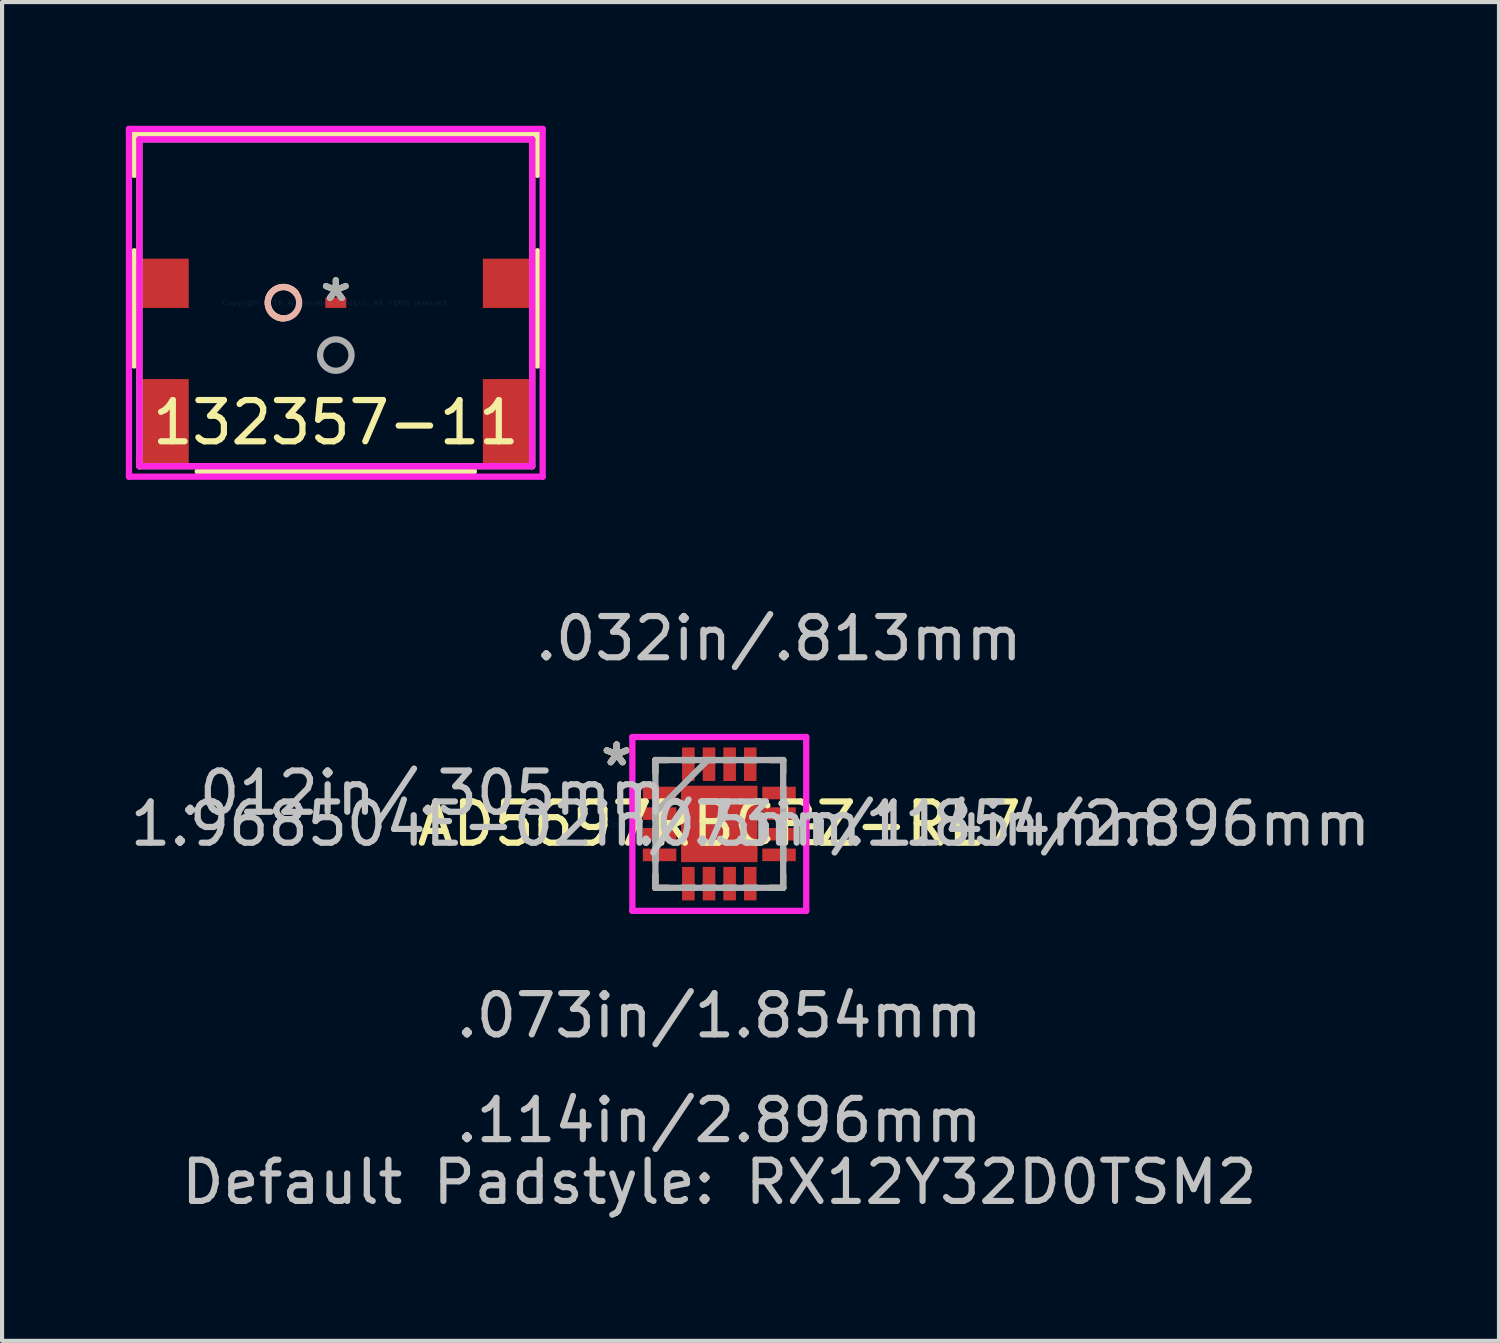
<source format=kicad_pcb>
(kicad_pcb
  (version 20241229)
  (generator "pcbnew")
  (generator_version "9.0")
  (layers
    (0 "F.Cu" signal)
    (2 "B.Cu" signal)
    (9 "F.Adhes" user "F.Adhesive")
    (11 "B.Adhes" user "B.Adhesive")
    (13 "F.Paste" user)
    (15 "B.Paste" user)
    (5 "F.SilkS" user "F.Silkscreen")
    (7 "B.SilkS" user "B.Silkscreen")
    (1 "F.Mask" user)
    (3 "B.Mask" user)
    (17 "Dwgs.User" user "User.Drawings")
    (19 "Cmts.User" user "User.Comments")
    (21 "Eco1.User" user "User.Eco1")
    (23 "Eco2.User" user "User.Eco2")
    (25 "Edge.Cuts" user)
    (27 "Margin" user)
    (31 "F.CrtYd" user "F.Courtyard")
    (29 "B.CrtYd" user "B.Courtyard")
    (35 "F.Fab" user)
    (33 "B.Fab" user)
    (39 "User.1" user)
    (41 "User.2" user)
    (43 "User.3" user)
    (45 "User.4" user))
  (footprint "132357-11"
    (layer "F.Cu")
    (at 5.093 4.29)
    (property "Reference" "132357-11" (at 0 2.906 0) (layer "F.SilkS") (effects (font (size 1 1) (thickness 0.15))))
    (attr through_hole)
    (fp_line (start -4.889 -4.087) (end -4.889 -3.101) (stroke (width 0.152) (type solid)) (layer "F.SilkS"))
    (fp_line (start -4.889 -1.247) (end -4.889 1.522) (stroke (width 0.152) (type solid)) (layer "F.SilkS"))
    (fp_line (start -3.348 4.092) (end 3.348 4.092) (stroke (width 0.152) (type solid)) (layer "F.SilkS"))
    (fp_line (start 4.889 -4.087) (end -4.889 -4.087) (stroke (width 0.152) (type solid)) (layer "F.SilkS"))
    (fp_line (start 4.889 -3.101) (end 4.889 -4.087) (stroke (width 0.152) (type solid)) (layer "F.SilkS"))
    (fp_line (start 4.889 1.522) (end 4.889 -1.247) (stroke (width 0.152) (type solid)) (layer "F.SilkS"))
    (fp_arc (start -1.27 0.381) (mid -1.612421 -0.16706) (end -0.969713 -0.234496) (stroke (width 0.1524) (type solid)) (layer "F.SilkS"))
    (fp_circle (center -1.27 0) (end -0.889 0) (stroke (width 0.152) (type solid)) (fill no) (layer "B.SilkS"))
    (fp_line (start -5.016 -4.214) (end -5.016 4.219) (stroke (width 0.152) (type solid)) (layer "F.CrtYd"))
    (fp_line (start -5.016 4.219) (end 5.016 4.219) (stroke (width 0.152) (type solid)) (layer "F.CrtYd"))
    (fp_line (start -4.763 -3.96) (end -4.763 3.965) (stroke (width 0.152) (type solid)) (layer "F.CrtYd"))
    (fp_line (start -4.763 3.965) (end 4.763 3.965) (stroke (width 0.152) (type solid)) (layer "F.CrtYd"))
    (fp_line (start 4.763 -3.96) (end -4.763 -3.96) (stroke (width 0.152) (type solid)) (layer "F.CrtYd"))
    (fp_line (start 4.763 3.965) (end 4.763 -3.96) (stroke (width 0.152) (type solid)) (layer "F.CrtYd"))
    (fp_line (start 5.016 -4.214) (end -5.016 -4.214) (stroke (width 0.152) (type solid)) (layer "F.CrtYd"))
    (fp_line (start 5.016 4.219) (end 5.016 -4.214) (stroke (width 0.152) (type solid)) (layer "F.CrtYd"))
    (fp_line (start -4.763 -3.96) (end -4.763 3.965) (stroke (width 0.152) (type solid)) (layer "F.Fab"))
    (fp_line (start -4.763 3.965) (end 4.763 3.965) (stroke (width 0.152) (type solid)) (layer "F.Fab"))
    (fp_line (start 4.763 -3.96) (end -4.763 -3.96) (stroke (width 0.152) (type solid)) (layer "F.Fab"))
    (fp_line (start 4.763 3.965) (end 4.763 -3.96) (stroke (width 0.152) (type solid)) (layer "F.Fab"))
    (fp_circle (center 0 1.27) (end 0.381 1.27) (stroke (width 0.152) (type solid)) (fill no) (layer "F.Fab"))
    (fp_text user "*" (at 0 0 0) (layer "F.SilkS") (effects (font (size 1 1) (thickness 0.15))))
    (fp_text user "Copyright 2016 Accelerated Designs. All rights reserved." (at 0 0 0) (layer "Cmts.User") (effects (font (size 0.127 0.127) (thickness 0.002))))
    (fp_text user "*" (at 0 0 0) (layer "F.Fab") (effects (font (size 1 1) (thickness 0.15))))
    (pad "1" smd rect (at 0 0) (size 0.508 0.254) (layers "F.Cu" "F.Mask" "F.Paste"))
    (pad "2" smd rect (at -4.163 2.906) (size 1.194 2.108) (layers "F.Cu" "F.Mask" "F.Paste"))
    (pad "3" smd rect (at 4.163 2.906) (size 1.194 2.108) (layers "F.Cu" "F.Mask" "F.Paste"))
    (pad "4" smd rect (at -4.163 -0.47) (size 1.194 1.194) (layers "F.Cu" "F.Mask" "F.Paste"))
    (pad "5" smd rect (at 4.163 -0.47) (size 1.194 1.194) (layers "F.Cu" "F.Mask" "F.Paste")))
  (footprint "AD5697RBCPZ-RL7"
    (layer "F.Cu")
    (at 14.392 16.929)
    (property "Reference" "AD5697RBCPZ-RL7" (at 0 0 0) (layer "F.SilkS") (effects (font (size 1 1) (thickness 0.15))))
    (attr through_hole)
    (fp_line (start -1.549 -1.549) (end -1.549 -1.235) (stroke (width 0.152) (type solid)) (layer "F.SilkS"))
    (fp_line (start -1.549 1.235) (end -1.549 1.549) (stroke (width 0.152) (type solid)) (layer "F.SilkS"))
    (fp_line (start -1.549 1.549) (end -1.235 1.549) (stroke (width 0.152) (type solid)) (layer "F.SilkS"))
    (fp_line (start -1.235 -1.549) (end -1.549 -1.549) (stroke (width 0.152) (type solid)) (layer "F.SilkS"))
    (fp_line (start 1.235 1.549) (end 1.549 1.549) (stroke (width 0.152) (type solid)) (layer "F.SilkS"))
    (fp_line (start 1.549 -1.549) (end 1.235 -1.549) (stroke (width 0.152) (type solid)) (layer "F.SilkS"))
    (fp_line (start 1.549 -1.235) (end 1.549 -1.549) (stroke (width 0.152) (type solid)) (layer "F.SilkS"))
    (fp_line (start 1.549 1.549) (end 1.549 1.235) (stroke (width 0.152) (type solid)) (layer "F.SilkS"))
    (fp_line (start 2.108 0.059) (end 2.362 0.059) (stroke (width 0.152) (type solid)) (layer "F.SilkS"))
    (fp_line (start 2.108 0.441) (end 2.108 0.059) (stroke (width 0.152) (type solid)) (layer "F.SilkS"))
    (fp_line (start 2.362 0.059) (end 2.362 0.441) (stroke (width 0.152) (type solid)) (layer "F.SilkS"))
    (fp_line (start 2.362 0.441) (end 2.108 0.441) (stroke (width 0.152) (type solid)) (layer "F.SilkS"))
    (fp_line (start -2.108 -2.108) (end 2.108 -2.108) (stroke (width 0.152) (type solid)) (layer "F.CrtYd"))
    (fp_line (start -2.108 2.108) (end -2.108 -2.108) (stroke (width 0.152) (type solid)) (layer "F.CrtYd"))
    (fp_line (start 2.108 -2.108) (end 2.108 2.108) (stroke (width 0.152) (type solid)) (layer "F.CrtYd"))
    (fp_line (start 2.108 2.108) (end -2.108 2.108) (stroke (width 0.152) (type solid)) (layer "F.CrtYd"))
    (fp_line (start -1.549 -1.549) (end -1.549 -1.549) (stroke (width 0.152) (type solid)) (layer "F.Fab"))
    (fp_line (start -1.549 -1.549) (end -1.549 1.549) (stroke (width 0.152) (type solid)) (layer "F.Fab"))
    (fp_line (start -1.549 -0.902) (end -1.549 -0.902) (stroke (width 0.152) (type solid)) (layer "F.Fab"))
    (fp_line (start -1.549 -0.902) (end -1.549 -0.598) (stroke (width 0.152) (type solid)) (layer "F.Fab"))
    (fp_line (start -1.549 -0.598) (end -1.549 -0.902) (stroke (width 0.152) (type solid)) (layer "F.Fab"))
    (fp_line (start -1.549 -0.598) (end -1.549 -0.598) (stroke (width 0.152) (type solid)) (layer "F.Fab"))
    (fp_line (start -1.549 -0.402) (end -1.549 -0.402) (stroke (width 0.152) (type solid)) (layer "F.Fab"))
    (fp_line (start -1.549 -0.402) (end -1.549 -0.098) (stroke (width 0.152) (type solid)) (layer "F.Fab"))
    (fp_line (start -1.549 -0.279) (end -0.279 -1.549) (stroke (width 0.152) (type solid)) (layer "F.Fab"))
    (fp_line (start -1.549 -0.098) (end -1.549 -0.402) (stroke (width 0.152) (type solid)) (layer "F.Fab"))
    (fp_line (start -1.549 -0.098) (end -1.549 -0.098) (stroke (width 0.152) (type solid)) (layer "F.Fab"))
    (fp_line (start -1.549 0.098) (end -1.549 0.098) (stroke (width 0.152) (type solid)) (layer "F.Fab"))
    (fp_line (start -1.549 0.098) (end -1.549 0.402) (stroke (width 0.152) (type solid)) (layer "F.Fab"))
    (fp_line (start -1.549 0.402) (end -1.549 0.098) (stroke (width 0.152) (type solid)) (layer "F.Fab"))
    (fp_line (start -1.549 0.402) (end -1.549 0.402) (stroke (width 0.152) (type solid)) (layer "F.Fab"))
    (fp_line (start -1.549 0.598) (end -1.549 0.598) (stroke (width 0.152) (type solid)) (layer "F.Fab"))
    (fp_line (start -1.549 0.598) (end -1.549 0.902) (stroke (width 0.152) (type solid)) (layer "F.Fab"))
    (fp_line (start -1.549 0.902) (end -1.549 0.598) (stroke (width 0.152) (type solid)) (layer "F.Fab"))
    (fp_line (start -1.549 0.902) (end -1.549 0.902) (stroke (width 0.152) (type solid)) (layer "F.Fab"))
    (fp_line (start -1.549 1.549) (end -1.549 1.549) (stroke (width 0.152) (type solid)) (layer "F.Fab"))
    (fp_line (start -1.549 1.549) (end 1.549 1.549) (stroke (width 0.152) (type solid)) (layer "F.Fab"))
    (fp_line (start -0.902 -1.549) (end -0.902 -1.549) (stroke (width 0.152) (type solid)) (layer "F.Fab"))
    (fp_line (start -0.902 -1.549) (end -0.598 -1.549) (stroke (width 0.152) (type solid)) (layer "F.Fab"))
    (fp_line (start -0.902 1.549) (end -0.902 1.549) (stroke (width 0.152) (type solid)) (layer "F.Fab"))
    (fp_line (start -0.902 1.549) (end -0.598 1.549) (stroke (width 0.152) (type solid)) (layer "F.Fab"))
    (fp_line (start -0.598 -1.549) (end -0.902 -1.549) (stroke (width 0.152) (type solid)) (layer "F.Fab"))
    (fp_line (start -0.598 -1.549) (end -0.598 -1.549) (stroke (width 0.152) (type solid)) (layer "F.Fab"))
    (fp_line (start -0.598 1.549) (end -0.902 1.549) (stroke (width 0.152) (type solid)) (layer "F.Fab"))
    (fp_line (start -0.598 1.549) (end -0.598 1.549) (stroke (width 0.152) (type solid)) (layer "F.Fab"))
    (fp_line (start -0.402 -1.549) (end -0.402 -1.549) (stroke (width 0.152) (type solid)) (layer "F.Fab"))
    (fp_line (start -0.402 -1.549) (end -0.098 -1.549) (stroke (width 0.152) (type solid)) (layer "F.Fab"))
    (fp_line (start -0.402 1.549) (end -0.402 1.549) (stroke (width 0.152) (type solid)) (layer "F.Fab"))
    (fp_line (start -0.402 1.549) (end -0.098 1.549) (stroke (width 0.152) (type solid)) (layer "F.Fab"))
    (fp_line (start -0.098 -1.549) (end -0.402 -1.549) (stroke (width 0.152) (type solid)) (layer "F.Fab"))
    (fp_line (start -0.098 -1.549) (end -0.098 -1.549) (stroke (width 0.152) (type solid)) (layer "F.Fab"))
    (fp_line (start -0.098 1.549) (end -0.402 1.549) (stroke (width 0.152) (type solid)) (layer "F.Fab"))
    (fp_line (start -0.098 1.549) (end -0.098 1.549) (stroke (width 0.152) (type solid)) (layer "F.Fab"))
    (fp_line (start 0.098 -1.549) (end 0.098 -1.549) (stroke (width 0.152) (type solid)) (layer "F.Fab"))
    (fp_line (start 0.098 -1.549) (end 0.402 -1.549) (stroke (width 0.152) (type solid)) (layer "F.Fab"))
    (fp_line (start 0.098 1.549) (end 0.098 1.549) (stroke (width 0.152) (type solid)) (layer "F.Fab"))
    (fp_line (start 0.098 1.549) (end 0.402 1.549) (stroke (width 0.152) (type solid)) (layer "F.Fab"))
    (fp_line (start 0.402 -1.549) (end 0.098 -1.549) (stroke (width 0.152) (type solid)) (layer "F.Fab"))
    (fp_line (start 0.402 -1.549) (end 0.402 -1.549) (stroke (width 0.152) (type solid)) (layer "F.Fab"))
    (fp_line (start 0.402 1.549) (end 0.098 1.549) (stroke (width 0.152) (type solid)) (layer "F.Fab"))
    (fp_line (start 0.402 1.549) (end 0.402 1.549) (stroke (width 0.152) (type solid)) (layer "F.Fab"))
    (fp_line (start 0.598 -1.549) (end 0.598 -1.549) (stroke (width 0.152) (type solid)) (layer "F.Fab"))
    (fp_line (start 0.598 -1.549) (end 0.902 -1.549) (stroke (width 0.152) (type solid)) (layer "F.Fab"))
    (fp_line (start 0.598 1.549) (end 0.598 1.549) (stroke (width 0.152) (type solid)) (layer "F.Fab"))
    (fp_line (start 0.598 1.549) (end 0.902 1.549) (stroke (width 0.152) (type solid)) (layer "F.Fab"))
    (fp_line (start 0.902 -1.549) (end 0.598 -1.549) (stroke (width 0.152) (type solid)) (layer "F.Fab"))
    (fp_line (start 0.902 -1.549) (end 0.902 -1.549) (stroke (width 0.152) (type solid)) (layer "F.Fab"))
    (fp_line (start 0.902 1.549) (end 0.598 1.549) (stroke (width 0.152) (type solid)) (layer "F.Fab"))
    (fp_line (start 0.902 1.549) (end 0.902 1.549) (stroke (width 0.152) (type solid)) (layer "F.Fab"))
    (fp_line (start 1.549 -1.549) (end -1.549 -1.549) (stroke (width 0.152) (type solid)) (layer "F.Fab"))
    (fp_line (start 1.549 -1.549) (end 1.549 -1.549) (stroke (width 0.152) (type solid)) (layer "F.Fab"))
    (fp_line (start 1.549 -0.902) (end 1.549 -0.902) (stroke (width 0.152) (type solid)) (layer "F.Fab"))
    (fp_line (start 1.549 -0.902) (end 1.549 -0.598) (stroke (width 0.152) (type solid)) (layer "F.Fab"))
    (fp_line (start 1.549 -0.598) (end 1.549 -0.902) (stroke (width 0.152) (type solid)) (layer "F.Fab"))
    (fp_line (start 1.549 -0.598) (end 1.549 -0.598) (stroke (width 0.152) (type solid)) (layer "F.Fab"))
    (fp_line (start 1.549 -0.402) (end 1.549 -0.402) (stroke (width 0.152) (type solid)) (layer "F.Fab"))
    (fp_line (start 1.549 -0.402) (end 1.549 -0.098) (stroke (width 0.152) (type solid)) (layer "F.Fab"))
    (fp_line (start 1.549 -0.098) (end 1.549 -0.402) (stroke (width 0.152) (type solid)) (layer "F.Fab"))
    (fp_line (start 1.549 -0.098) (end 1.549 -0.098) (stroke (width 0.152) (type solid)) (layer "F.Fab"))
    (fp_line (start 1.549 0.098) (end 1.549 0.098) (stroke (width 0.152) (type solid)) (layer "F.Fab"))
    (fp_line (start 1.549 0.098) (end 1.549 0.402) (stroke (width 0.152) (type solid)) (layer "F.Fab"))
    (fp_line (start 1.549 0.402) (end 1.549 0.098) (stroke (width 0.152) (type solid)) (layer "F.Fab"))
    (fp_line (start 1.549 0.402) (end 1.549 0.402) (stroke (width 0.152) (type solid)) (layer "F.Fab"))
    (fp_line (start 1.549 0.598) (end 1.549 0.598) (stroke (width 0.152) (type solid)) (layer "F.Fab"))
    (fp_line (start 1.549 0.598) (end 1.549 0.902) (stroke (width 0.152) (type solid)) (layer "F.Fab"))
    (fp_line (start 1.549 0.902) (end 1.549 0.598) (stroke (width 0.152) (type solid)) (layer "F.Fab"))
    (fp_line (start 1.549 0.902) (end 1.549 0.902) (stroke (width 0.152) (type solid)) (layer "F.Fab"))
    (fp_line (start 1.549 1.549) (end 1.549 -1.549) (stroke (width 0.152) (type solid)) (layer "F.Fab"))
    (fp_line (start 1.549 1.549) (end 1.549 1.549) (stroke (width 0.152) (type solid)) (layer "F.Fab"))
    (fp_text user "*" (at -2.489 -1.381 0) (layer "F.SilkS") (effects (font (size 1 1) (thickness 0.15))))
    (fp_text user "*" (at -2.489 -1.381 0) (layer "F.SilkS") (effects (font (size 1 1) (thickness 0.15))))
    (fp_text user "Default Padstyle: RX12Y32D0TSM2" (at 0 8.687 0) (layer "Dwgs.User") (effects (font (size 1 1) (thickness 0.15))))
    (fp_text user ".012in/.305mm" (at -7.188 -0.75 0) (layer "Dwgs.User") (effects (font (size 1 1) (thickness 0.15))))
    (fp_text user ".073in/1.854mm" (at 4.343 0 0) (layer "Dwgs.User") (effects (font (size 1 1) (thickness 0.15))))
    (fp_text user ".114in/2.896mm" (at 9.423 0 0) (layer "Dwgs.User") (effects (font (size 1 1) (thickness 0.15))))
    (fp_text user ".114in/2.896mm" (at 0 7.188 0) (layer "Dwgs.User") (effects (font (size 1 1) (thickness 0.15))))
    (fp_text user ".032in/.813mm" (at 1.448 -4.496 0) (layer "Dwgs.User") (effects (font (size 1 1) (thickness 0.15))))
    (fp_text user "1.968504E-02in/.5mm" (at -5.41 0 0) (layer "Dwgs.User") (effects (font (size 1 1) (thickness 0.15))))
    (fp_text user ".073in/1.854mm" (at 0 4.648 0) (layer "Dwgs.User") (effects (font (size 1 1) (thickness 0.15))))
    (fp_text user "Copyright 2016 Accelerated Designs. All rights reserved." (at 0 0 0) (layer "Cmts.User") (effects (font (size 0.127 0.127) (thickness 0.002))))
    (fp_text user "*" (at -2.489 -1.381 0) (layer "F.Fab") (effects (font (size 1 1) (thickness 0.15))))
    (fp_text user "*" (at -2.489 -1.381 0) (layer "F.Fab") (effects (font (size 1 1) (thickness 0.15))))
    (pad "1" smd rect (at -1.448 -0.75 90) (size 0.305 0.813) (layers "F.Cu" "F.Mask" "F.Paste"))
    (pad "2" smd rect (at -1.448 -0.25 90) (size 0.305 0.813) (layers "F.Cu" "F.Mask" "F.Paste"))
    (pad "3" smd rect (at -1.448 0.25 90) (size 0.305 0.813) (layers "F.Cu" "F.Mask" "F.Paste"))
    (pad "4" smd rect (at -1.448 0.75 90) (size 0.305 0.813) (layers "F.Cu" "F.Mask" "F.Paste"))
    (pad "5" smd rect (at -0.75 1.448) (size 0.305 0.813) (layers "F.Cu" "F.Mask" "F.Paste"))
    (pad "6" smd rect (at -0.25 1.448) (size 0.305 0.813) (layers "F.Cu" "F.Mask" "F.Paste"))
    (pad "7" smd rect (at 0.25 1.448) (size 0.305 0.813) (layers "F.Cu" "F.Mask" "F.Paste"))
    (pad "8" smd rect (at 0.75 1.448) (size 0.305 0.813) (layers "F.Cu" "F.Mask" "F.Paste"))
    (pad "9" smd rect (at 1.448 0.75 90) (size 0.305 0.813) (layers "F.Cu" "F.Mask" "F.Paste"))
    (pad "10" smd rect (at 1.448 0.25 90) (size 0.305 0.813) (layers "F.Cu" "F.Mask" "F.Paste"))
    (pad "11" smd rect (at 1.448 -0.25 90) (size 0.305 0.813) (layers "F.Cu" "F.Mask" "F.Paste"))
    (pad "12" smd rect (at 1.448 -0.75 90) (size 0.305 0.813) (layers "F.Cu" "F.Mask" "F.Paste"))
    (pad "13" smd rect (at 0.75 -1.448) (size 0.305 0.813) (layers "F.Cu" "F.Mask" "F.Paste"))
    (pad "14" smd rect (at 0.25 -1.448) (size 0.305 0.813) (layers "F.Cu" "F.Mask" "F.Paste"))
    (pad "15" smd rect (at -0.25 -1.448) (size 0.305 0.813) (layers "F.Cu" "F.Mask" "F.Paste"))
    (pad "16" smd rect (at -0.75 -1.448) (size 0.305 0.813) (layers "F.Cu" "F.Mask" "F.Paste"))
    (pad "17" smd rect (at 0 0) (size 1.854 1.854) (layers "F.Cu" "F.Mask" "F.Paste")))
  (gr_rect
    (start -3 -3)
    (end 33.298 29.464)
    (stroke (width 0.1) (type default))
    (fill no)
    (layer "Edge.Cuts")))
</source>
